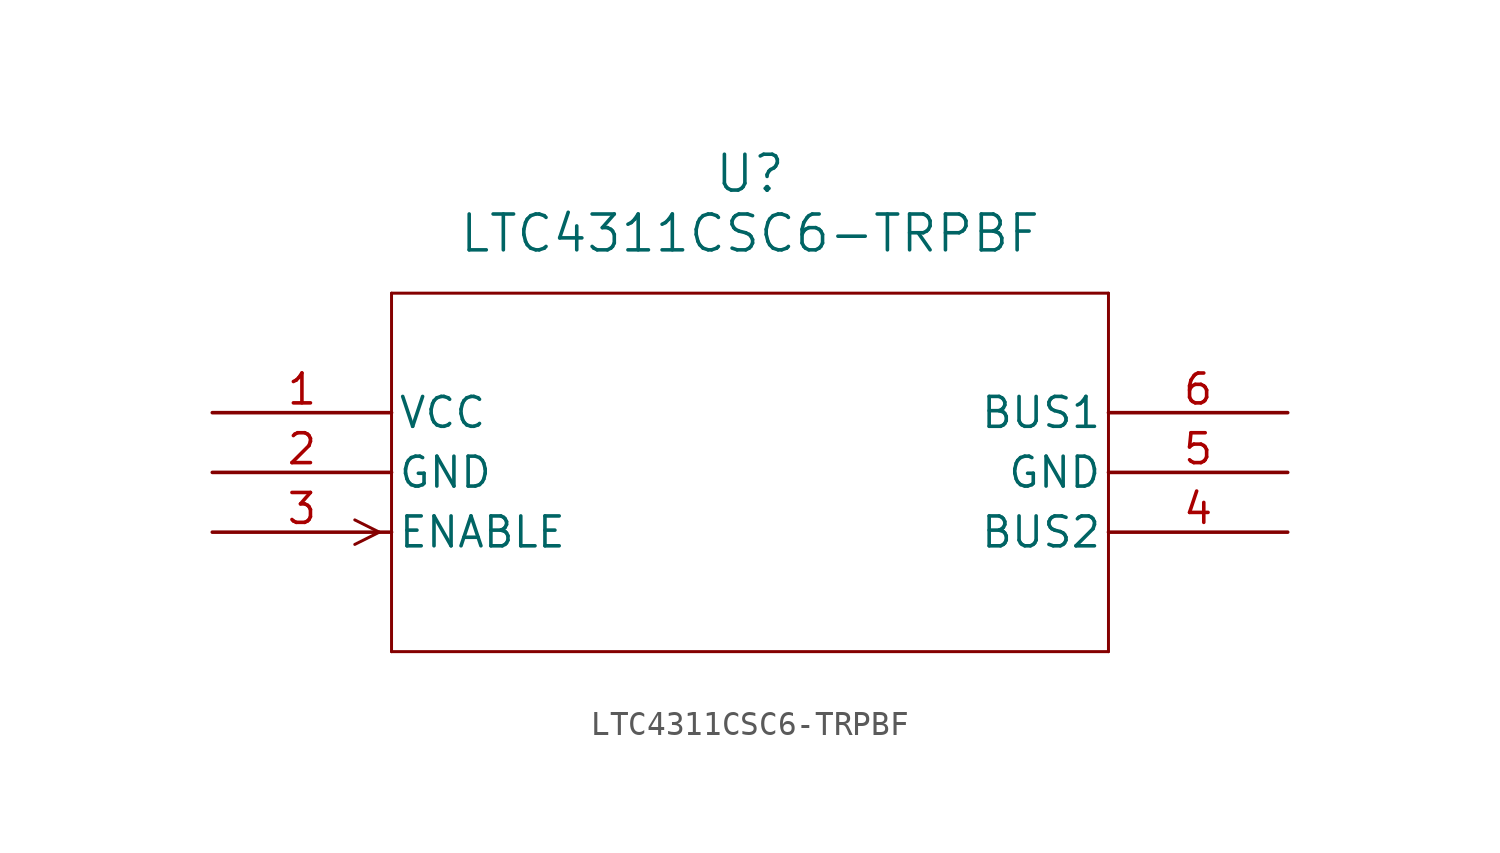
<source format=kicad_sym>
(kicad_symbol_lib
  (version 20211014)
  (generator kicad_symbol_editor)
  (symbol "LTC4311CSC6-TRPBF"
    (pin_names
      (offset 0.254))
    (property "Reference" "U"
      (at 22.86 10.16 0)
      (effects (font (size 1.524 1.524))))
    (property "Value" "LTC4311CSC6-TRPBF"
      (at 22.86 7.62 0)
      (effects (font (size 1.524 1.524))))
    (symbol "LTC4311CSC6-TRPBF_0_1"
      (polyline (pts (xy 7.099 -5.08) (xy 6.058 -4.559)) (stroke (width 0.127) (type default) (color 0 0 0 0)) (fill (type none)))
      (polyline (pts (xy 7.099 -5.08) (xy 6.058 -5.601)) (stroke (width 0.127) (type default) (color 0 0 0 0)) (fill (type none)))
      (polyline (pts (xy 7.62 5.08) (xy 7.62 -10.16)) (stroke (width 0.127) (type default) (color 0 0 0 0)) (fill (type none)))
      (polyline (pts (xy 7.62 -10.16) (xy 38.1 -10.16)) (stroke (width 0.127) (type default) (color 0 0 0 0)) (fill (type none)))
      (polyline (pts (xy 38.1 -10.16) (xy 38.1 5.08)) (stroke (width 0.127) (type default) (color 0 0 0 0)) (fill (type none)))
      (polyline (pts (xy 38.1 5.08) (xy 7.62 5.08)) (stroke (width 0.127) (type default) (color 0 0 0 0)) (fill (type none)))
      (pin power_in line (at 0 0 0) (length 7.62) (name "VCC" (effects (font (size 1.27 1.27)))) (number "1" (effects (font (size 1.27 1.27)))))
      (pin power_in line (at 0 -2.54 0) (length 7.62) (name "GND" (effects (font (size 1.27 1.27)))) (number "2" (effects (font (size 1.27 1.27)))))
      (pin input line (at 0 -5.08 0) (length 7.62) (name "ENABLE" (effects (font (size 1.27 1.27)))) (number "3" (effects (font (size 1.27 1.27)))))
      (pin unspecified line (at 45.72 -5.08 180) (length 7.62) (name "BUS2" (effects (font (size 1.27 1.27)))) (number "4" (effects (font (size 1.27 1.27)))))
      (pin power_in line (at 45.72 -2.54 180) (length 7.62) (name "GND" (effects (font (size 1.27 1.27)))) (number "5" (effects (font (size 1.27 1.27)))))
      (pin unspecified line (at 45.72 0 180) (length 7.62) (name "BUS1" (effects (font (size 1.27 1.27)))) (number "6" (effects (font (size 1.27 1.27))))))))
</source>
